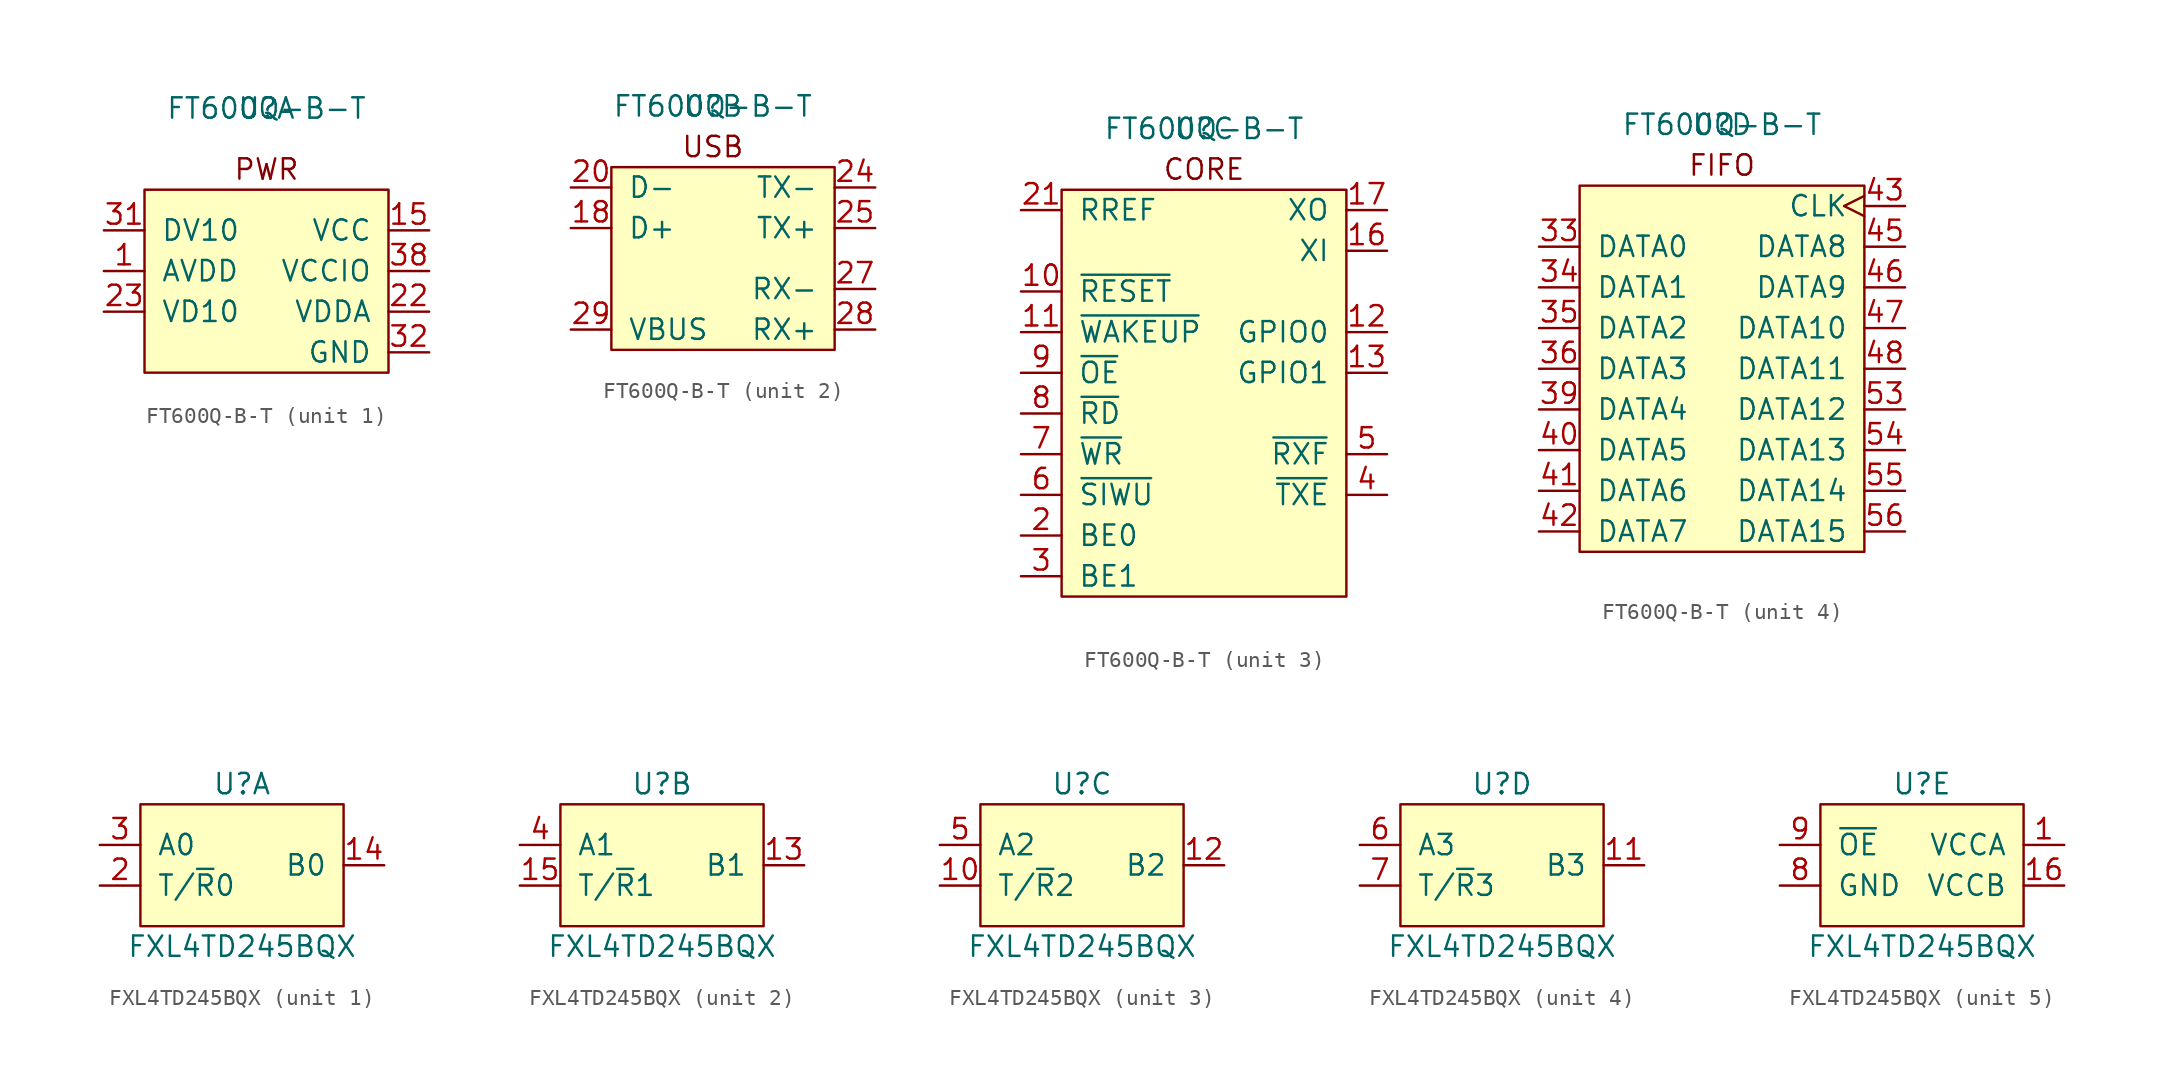
<source format=kicad_sym>
(kicad_symbol_lib
  (version 20211014)
  (generator kicad_symbol_editor)
  (symbol "FT600Q-B-T"
    (pin_names
      (offset 1.016))
    (property "Reference" "U"
      (at 0 5.08 0)
      (effects (font (size 1.27 1.27))))
    (property "Value" "FT600Q-B-T"
      (at 0 5.08 0)
      (effects (font (size 1.27 1.27))))
    (property "ki_locked" ""
      (at 0 0 0)
      (effects (font (size 1.27 1.27))))
    (symbol "FT600Q-B-T_1_0"
      (rectangle (start -7.62 0) (end 7.62 -11.43) (stroke (width 0) (type default) (color 0 0 0 0)) (fill (type background)))
      (text "PWR" (at 0 1.27 0) (effects (font (size 1.27 1.27)))))
    (symbol "FT600Q-B-T_1_1"
      (pin power_in line (at -10.16 -5.08 0) (length 2.54) (name "AVDD" (effects (font (size 1.27 1.27)))) (number "1" (effects (font (size 1.27 1.27)))))
      (pin power_in line (at 10.16 -2.54 180) (length 2.54) (name "VCC" (effects (font (size 1.27 1.27)))) (number "15" (effects (font (size 1.27 1.27)))))
      (pin passive line (at 10.16 -2.54 180) (length 2.54) hide (name "VCC" (effects (font (size 1.27 1.27)))) (number "19" (effects (font (size 1.27 1.27)))))
      (pin power_in line (at 10.16 -7.62 180) (length 2.54) (name "VDDA" (effects (font (size 1.27 1.27)))) (number "22" (effects (font (size 1.27 1.27)))))
      (pin power_in line (at -10.16 -7.62 0) (length 2.54) (name "VD10" (effects (font (size 1.27 1.27)))) (number "23" (effects (font (size 1.27 1.27)))))
      (pin passive line (at -10.16 -7.62 0) (length 2.54) hide (name "VD10" (effects (font (size 1.27 1.27)))) (number "26" (effects (font (size 1.27 1.27)))))
      (pin passive line (at 10.16 -2.54 180) (length 2.54) hide (name "VCC" (effects (font (size 1.27 1.27)))) (number "30" (effects (font (size 1.27 1.27)))))
      (pin power_out line (at -10.16 -2.54 0) (length 2.54) (name "DV10" (effects (font (size 1.27 1.27)))) (number "31" (effects (font (size 1.27 1.27)))))
      (pin passive line (at 10.16 -10.16 180) (length 2.54) (name "GND" (effects (font (size 1.27 1.27)))) (number "32" (effects (font (size 1.27 1.27)))))
      (pin passive line (at -10.16 -7.62 0) (length 2.54) hide (name "VD10" (effects (font (size 1.27 1.27)))) (number "37" (effects (font (size 1.27 1.27)))))
      (pin power_in line (at 10.16 -5.08 180) (length 2.54) (name "VCCIO" (effects (font (size 1.27 1.27)))) (number "38" (effects (font (size 1.27 1.27)))))
      (pin passive line (at 10.16 -5.08 180) (length 2.54) hide (name "VCCIO" (effects (font (size 1.27 1.27)))) (number "44" (effects (font (size 1.27 1.27)))))
      (pin passive line (at 10.16 -10.16 180) (length 2.54) hide (name "GND" (effects (font (size 1.27 1.27)))) (number "49" (effects (font (size 1.27 1.27)))))
      (pin passive line (at -10.16 -7.62 0) (length 2.54) hide (name "VD10" (effects (font (size 1.27 1.27)))) (number "50" (effects (font (size 1.27 1.27)))))
      (pin passive line (at 10.16 -10.16 180) (length 2.54) hide (name "GND" (effects (font (size 1.27 1.27)))) (number "51" (effects (font (size 1.27 1.27)))))
      (pin passive line (at 10.16 -5.08 180) (length 2.54) hide (name "VCCIO" (effects (font (size 1.27 1.27)))) (number "52" (effects (font (size 1.27 1.27)))))
      (pin passive line (at 10.16 -10.16 180) (length 2.54) hide (name "GND" (effects (font (size 1.27 1.27)))) (number "57" (effects (font (size 1.27 1.27))))))
    (symbol "FT600Q-B-T_2_0"
      (rectangle (start -6.35 1.27) (end 7.62 -10.16) (stroke (width 0) (type default) (color 0 0 0 0)) (fill (type background)))
      (text "USB" (at 0 2.54 0) (effects (font (size 1.27 1.27)))))
    (symbol "FT600Q-B-T_2_1"
      (pin passive line (at -8.89 -2.54 0) (length 2.54) (name "D+" (effects (font (size 1.27 1.27)))) (number "18" (effects (font (size 1.27 1.27)))))
      (pin passive line (at -8.89 0 0) (length 2.54) (name "D-" (effects (font (size 1.27 1.27)))) (number "20" (effects (font (size 1.27 1.27)))))
      (pin passive line (at 10.16 0 180) (length 2.54) (name "TX-" (effects (font (size 1.27 1.27)))) (number "24" (effects (font (size 1.27 1.27)))))
      (pin passive line (at 10.16 -2.54 180) (length 2.54) (name "TX+" (effects (font (size 1.27 1.27)))) (number "25" (effects (font (size 1.27 1.27)))))
      (pin passive line (at 10.16 -6.35 180) (length 2.54) (name "RX-" (effects (font (size 1.27 1.27)))) (number "27" (effects (font (size 1.27 1.27)))))
      (pin passive line (at 10.16 -8.89 180) (length 2.54) (name "RX+" (effects (font (size 1.27 1.27)))) (number "28" (effects (font (size 1.27 1.27)))))
      (pin input line (at -8.89 -8.89 0) (length 2.54) (name "VBUS" (effects (font (size 1.27 1.27)))) (number "29" (effects (font (size 1.27 1.27))))))
    (symbol "FT600Q-B-T_3_0"
      (rectangle (start -8.89 1.27) (end 8.89 -24.13) (stroke (width 0) (type default) (color 0 0 0 0)) (fill (type background)))
      (text "CORE" (at 0 2.54 0) (effects (font (size 1.27 1.27)))))
    (symbol "FT600Q-B-T_3_1"
      (pin input line (at -11.43 -5.08 0) (length 2.54) (name "~{RESET}" (effects (font (size 1.27 1.27)))) (number "10" (effects (font (size 1.27 1.27)))))
      (pin bidirectional line (at -11.43 -7.62 0) (length 2.54) (name "~{WAKEUP}" (effects (font (size 1.27 1.27)))) (number "11" (effects (font (size 1.27 1.27)))))
      (pin bidirectional line (at 11.43 -7.62 180) (length 2.54) (name "GPIO0" (effects (font (size 1.27 1.27)))) (number "12" (effects (font (size 1.27 1.27)))))
      (pin bidirectional line (at 11.43 -10.16 180) (length 2.54) (name "GPIO1" (effects (font (size 1.27 1.27)))) (number "13" (effects (font (size 1.27 1.27)))))
      (pin no_connect non_logic (at -11.43 -2.54 0) (length 2.54) hide (name "NC" (effects (font (size 1.27 1.27)))) (number "14" (effects (font (size 1.27 1.27)))))
      (pin passive line (at 11.43 -2.54 180) (length 2.54) (name "XI" (effects (font (size 1.27 1.27)))) (number "16" (effects (font (size 1.27 1.27)))))
      (pin passive line (at 11.43 0 180) (length 2.54) (name "XO" (effects (font (size 1.27 1.27)))) (number "17" (effects (font (size 1.27 1.27)))))
      (pin bidirectional line (at -11.43 -20.32 0) (length 2.54) (name "BE0" (effects (font (size 1.27 1.27)))) (number "2" (effects (font (size 1.27 1.27)))))
      (pin passive line (at -11.43 0 0) (length 2.54) (name "RREF" (effects (font (size 1.27 1.27)))) (number "21" (effects (font (size 1.27 1.27)))))
      (pin bidirectional line (at -11.43 -22.86 0) (length 2.54) (name "BE1" (effects (font (size 1.27 1.27)))) (number "3" (effects (font (size 1.27 1.27)))))
      (pin output line (at 11.43 -17.78 180) (length 2.54) (name "~{TXE}" (effects (font (size 1.27 1.27)))) (number "4" (effects (font (size 1.27 1.27)))))
      (pin output line (at 11.43 -15.24 180) (length 2.54) (name "~{RXF}" (effects (font (size 1.27 1.27)))) (number "5" (effects (font (size 1.27 1.27)))))
      (pin input line (at -11.43 -17.78 0) (length 2.54) (name "~{SIWU}" (effects (font (size 1.27 1.27)))) (number "6" (effects (font (size 1.27 1.27)))))
      (pin input line (at -11.43 -15.24 0) (length 2.54) (name "~{WR}" (effects (font (size 1.27 1.27)))) (number "7" (effects (font (size 1.27 1.27)))))
      (pin input line (at -11.43 -12.7 0) (length 2.54) (name "~{RD}" (effects (font (size 1.27 1.27)))) (number "8" (effects (font (size 1.27 1.27)))))
      (pin input line (at -11.43 -10.16 0) (length 2.54) (name "~{OE}" (effects (font (size 1.27 1.27)))) (number "9" (effects (font (size 1.27 1.27))))))
    (symbol "FT600Q-B-T_4_0"
      (rectangle (start -8.89 1.27) (end 8.89 -21.59) (stroke (width 0) (type default) (color 0 0 0 0)) (fill (type background)))
      (text "FIFO" (at 0 2.54 0) (effects (font (size 1.27 1.27)))))
    (symbol "FT600Q-B-T_4_1"
      (pin bidirectional line (at -11.43 -2.54 0) (length 2.54) (name "DATA0" (effects (font (size 1.27 1.27)))) (number "33" (effects (font (size 1.27 1.27)))))
      (pin bidirectional line (at -11.43 -5.08 0) (length 2.54) (name "DATA1" (effects (font (size 1.27 1.27)))) (number "34" (effects (font (size 1.27 1.27)))))
      (pin bidirectional line (at -11.43 -7.62 0) (length 2.54) (name "DATA2" (effects (font (size 1.27 1.27)))) (number "35" (effects (font (size 1.27 1.27)))))
      (pin bidirectional line (at -11.43 -10.16 0) (length 2.54) (name "DATA3" (effects (font (size 1.27 1.27)))) (number "36" (effects (font (size 1.27 1.27)))))
      (pin bidirectional line (at -11.43 -12.7 0) (length 2.54) (name "DATA4" (effects (font (size 1.27 1.27)))) (number "39" (effects (font (size 1.27 1.27)))))
      (pin bidirectional line (at -11.43 -15.24 0) (length 2.54) (name "DATA5" (effects (font (size 1.27 1.27)))) (number "40" (effects (font (size 1.27 1.27)))))
      (pin bidirectional line (at -11.43 -17.78 0) (length 2.54) (name "DATA6" (effects (font (size 1.27 1.27)))) (number "41" (effects (font (size 1.27 1.27)))))
      (pin bidirectional line (at -11.43 -20.32 0) (length 2.54) (name "DATA7" (effects (font (size 1.27 1.27)))) (number "42" (effects (font (size 1.27 1.27)))))
      (pin output clock (at 11.43 0 180) (length 2.54) (name "CLK" (effects (font (size 1.27 1.27)))) (number "43" (effects (font (size 1.27 1.27)))))
      (pin bidirectional line (at 11.43 -2.54 180) (length 2.54) (name "DATA8" (effects (font (size 1.27 1.27)))) (number "45" (effects (font (size 1.27 1.27)))))
      (pin bidirectional line (at 11.43 -5.08 180) (length 2.54) (name "DATA9" (effects (font (size 1.27 1.27)))) (number "46" (effects (font (size 1.27 1.27)))))
      (pin bidirectional line (at 11.43 -7.62 180) (length 2.54) (name "DATA10" (effects (font (size 1.27 1.27)))) (number "47" (effects (font (size 1.27 1.27)))))
      (pin bidirectional line (at 11.43 -10.16 180) (length 2.54) (name "DATA11" (effects (font (size 1.27 1.27)))) (number "48" (effects (font (size 1.27 1.27)))))
      (pin bidirectional line (at 11.43 -12.7 180) (length 2.54) (name "DATA12" (effects (font (size 1.27 1.27)))) (number "53" (effects (font (size 1.27 1.27)))))
      (pin bidirectional line (at 11.43 -15.24 180) (length 2.54) (name "DATA13" (effects (font (size 1.27 1.27)))) (number "54" (effects (font (size 1.27 1.27)))))
      (pin bidirectional line (at 11.43 -17.78 180) (length 2.54) (name "DATA14" (effects (font (size 1.27 1.27)))) (number "55" (effects (font (size 1.27 1.27)))))
      (pin bidirectional line (at 11.43 -20.32 180) (length 2.54) (name "DATA15" (effects (font (size 1.27 1.27)))) (number "56" (effects (font (size 1.27 1.27)))))))
  (symbol "FXL4TD245BQX"
    (pin_names
      (offset 1.016))
    (property "Reference" "U"
      (at 0 5.08 0)
      (effects (font (size 1.27 1.27))))
    (property "Value" "FXL4TD245BQX"
      (at 0 -5.08 0)
      (effects (font (size 1.27 1.27))))
    (property "ki_locked" ""
      (at 0 0 0)
      (effects (font (size 1.27 1.27))))
    (symbol "FXL4TD245BQX_1_1"
      (rectangle (start -6.35 3.81) (end 6.35 -3.81) (stroke (width 0.152) (type default) (color 0 0 0 0)) (fill (type background)))
      (pin bidirectional line (at 8.89 0 180) (length 2.54) (name "B0" (effects (font (size 1.27 1.27)))) (number "14" (effects (font (size 1.27 1.27)))))
      (pin input line (at -8.89 -1.27 0) (length 2.54) (name "T/~{R}0" (effects (font (size 1.27 1.27)))) (number "2" (effects (font (size 1.27 1.27)))))
      (pin bidirectional line (at -8.89 1.27 0) (length 2.54) (name "A0" (effects (font (size 1.27 1.27)))) (number "3" (effects (font (size 1.27 1.27))))))
    (symbol "FXL4TD245BQX_2_1"
      (rectangle (start -6.35 3.81) (end 6.35 -3.81) (stroke (width 0.152) (type default) (color 0 0 0 0)) (fill (type background)))
      (pin bidirectional line (at 8.89 0 180) (length 2.54) (name "B1" (effects (font (size 1.27 1.27)))) (number "13" (effects (font (size 1.27 1.27)))))
      (pin input line (at -8.89 -1.27 0) (length 2.54) (name "T/~{R}1" (effects (font (size 1.27 1.27)))) (number "15" (effects (font (size 1.27 1.27)))))
      (pin bidirectional line (at -8.89 1.27 0) (length 2.54) (name "A1" (effects (font (size 1.27 1.27)))) (number "4" (effects (font (size 1.27 1.27))))))
    (symbol "FXL4TD245BQX_3_1"
      (rectangle (start -6.35 3.81) (end 6.35 -3.81) (stroke (width 0.152) (type default) (color 0 0 0 0)) (fill (type background)))
      (pin input line (at -8.89 -1.27 0) (length 2.54) (name "T/~{R}2" (effects (font (size 1.27 1.27)))) (number "10" (effects (font (size 1.27 1.27)))))
      (pin bidirectional line (at 8.89 0 180) (length 2.54) (name "B2" (effects (font (size 1.27 1.27)))) (number "12" (effects (font (size 1.27 1.27)))))
      (pin bidirectional line (at -8.89 1.27 0) (length 2.54) (name "A2" (effects (font (size 1.27 1.27)))) (number "5" (effects (font (size 1.27 1.27))))))
    (symbol "FXL4TD245BQX_4_1"
      (rectangle (start -6.35 3.81) (end 6.35 -3.81) (stroke (width 0.152) (type default) (color 0 0 0 0)) (fill (type background)))
      (pin bidirectional line (at 8.89 0 180) (length 2.54) (name "B3" (effects (font (size 1.27 1.27)))) (number "11" (effects (font (size 1.27 1.27)))))
      (pin bidirectional line (at -8.89 1.27 0) (length 2.54) (name "A3" (effects (font (size 1.27 1.27)))) (number "6" (effects (font (size 1.27 1.27)))))
      (pin input line (at -8.89 -1.27 0) (length 2.54) (name "T/~{R}3" (effects (font (size 1.27 1.27)))) (number "7" (effects (font (size 1.27 1.27))))))
    (symbol "FXL4TD245BQX_5_1"
      (rectangle (start -6.35 3.81) (end 6.35 -3.81) (stroke (width 0.152) (type default) (color 0 0 0 0)) (fill (type background)))
      (pin power_in line (at 8.89 1.27 180) (length 2.54) (name "VCCA" (effects (font (size 1.27 1.27)))) (number "1" (effects (font (size 1.27 1.27)))))
      (pin power_in line (at 8.89 -1.27 180) (length 2.54) (name "VCCB" (effects (font (size 1.27 1.27)))) (number "16" (effects (font (size 1.27 1.27)))))
      (pin passive line (at -8.89 -1.27 0) (length 2.54) (name "GND" (effects (font (size 1.27 1.27)))) (number "8" (effects (font (size 1.27 1.27)))))
      (pin input line (at -8.89 1.27 0) (length 2.54) (name "~{OE}" (effects (font (size 1.27 1.27)))) (number "9" (effects (font (size 1.27 1.27)))))
      (pin passive line (at -8.89 -1.27 0) (length 2.54) hide (name "GND" (effects (font (size 1.27 1.27)))) (number "EP" (effects (font (size 1.27 1.27))))))))
</source>
